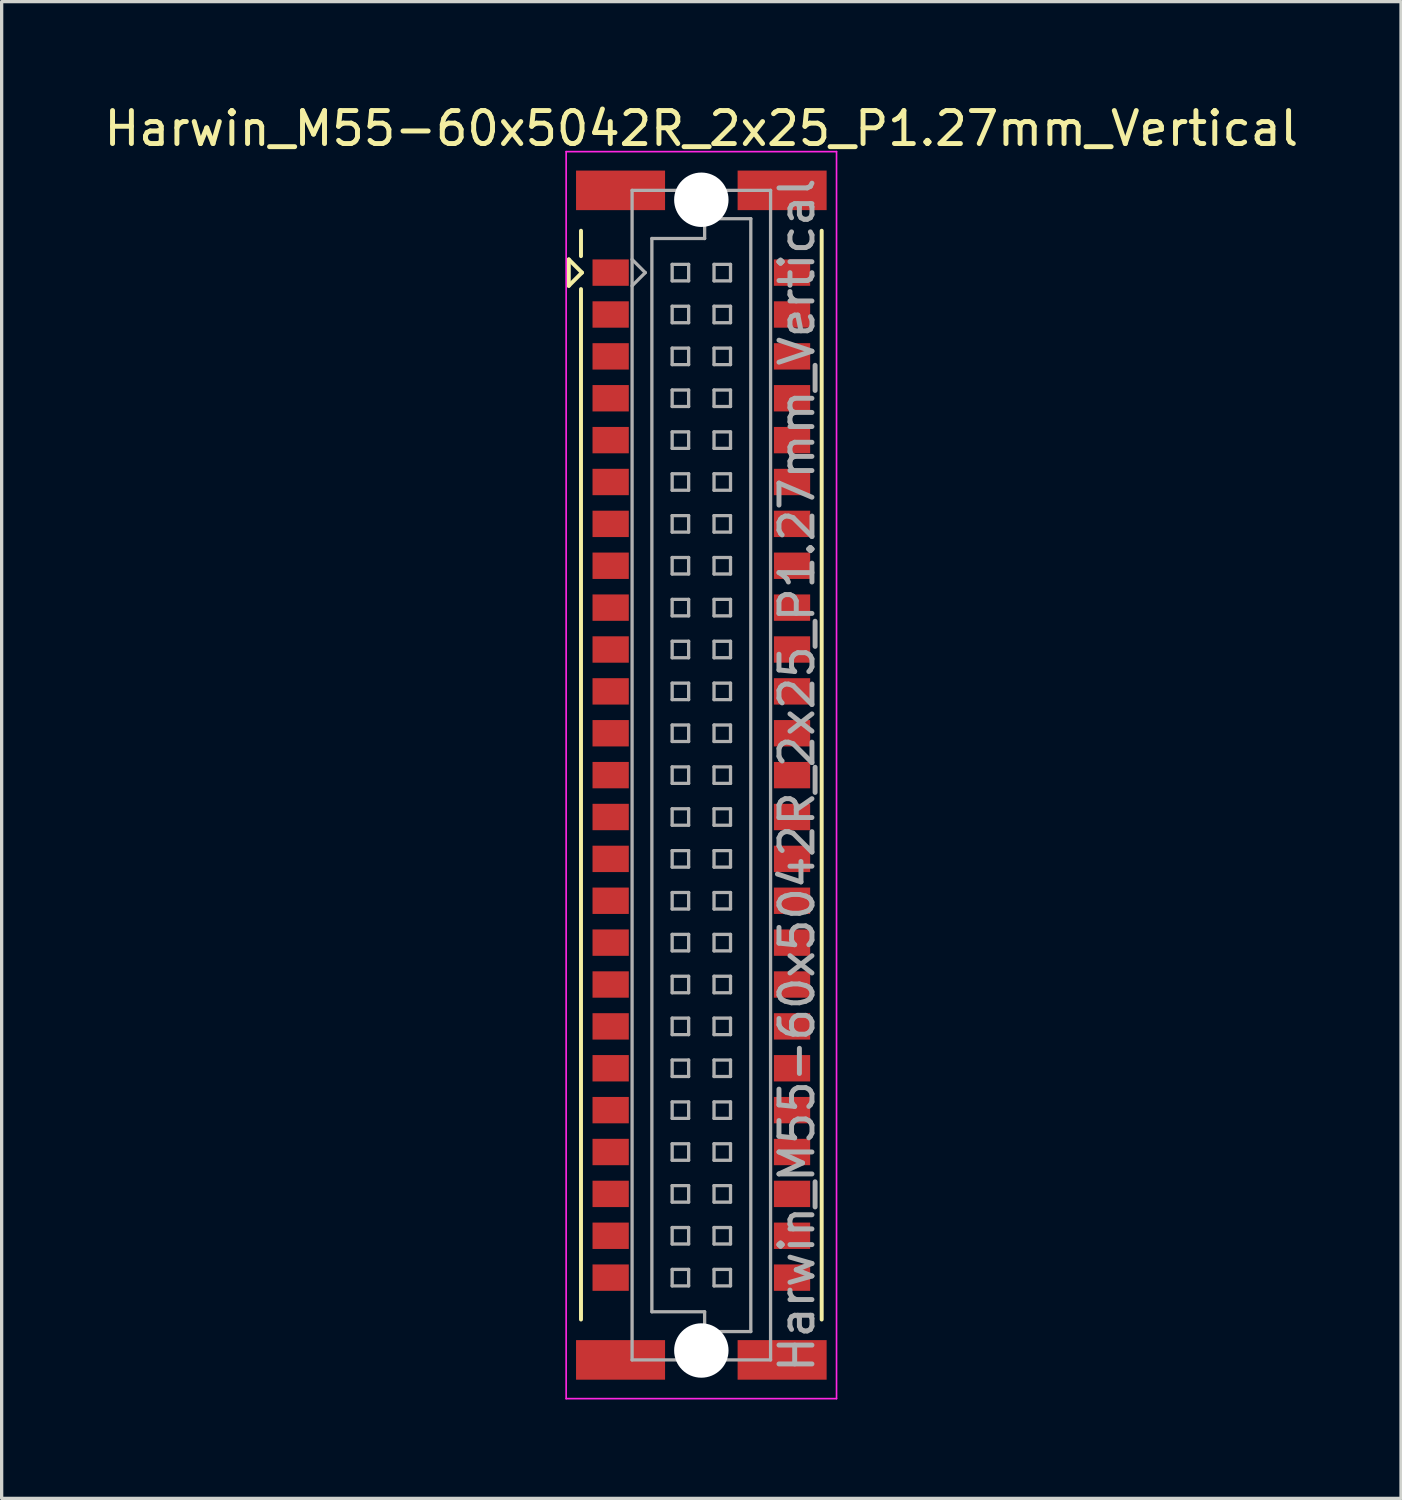
<source format=kicad_pcb>
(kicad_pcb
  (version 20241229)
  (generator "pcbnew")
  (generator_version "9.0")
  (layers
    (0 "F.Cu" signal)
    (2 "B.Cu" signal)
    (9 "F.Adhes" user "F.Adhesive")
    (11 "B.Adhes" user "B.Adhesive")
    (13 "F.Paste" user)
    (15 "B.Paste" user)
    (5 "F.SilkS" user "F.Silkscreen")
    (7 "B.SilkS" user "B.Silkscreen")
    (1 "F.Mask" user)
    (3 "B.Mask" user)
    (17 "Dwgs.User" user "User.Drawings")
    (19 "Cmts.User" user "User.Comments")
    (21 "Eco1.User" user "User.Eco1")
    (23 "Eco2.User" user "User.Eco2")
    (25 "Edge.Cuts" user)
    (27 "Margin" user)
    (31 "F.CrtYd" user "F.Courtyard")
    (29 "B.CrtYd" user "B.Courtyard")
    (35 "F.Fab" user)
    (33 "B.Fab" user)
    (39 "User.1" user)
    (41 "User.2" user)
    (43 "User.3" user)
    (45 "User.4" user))
  (footprint "Harwin_M55-60x5042R_2x25_P1.27mm_Vertical"
    (layer "F.Cu")
    (at 18.22 20.458)
    (property "Reference" "Harwin_M55-60x5042R_2x25_P1.27mm_Vertical" (at 0 -19.61 0) (layer "F.SilkS") (effects (font (size 1 1) (thickness 0.15))))
    (attr smd)
    (fp_line (start -4.02 -15.64) (end -4.02 -14.84) (stroke (width 0.12) (type solid)) (layer "F.SilkS"))
    (fp_line (start -4.02 -14.84) (end -3.62 -15.24) (stroke (width 0.12) (type solid)) (layer "F.SilkS"))
    (fp_line (start -3.65 -15.74) (end -3.65 -16.51) (stroke (width 0.12) (type solid)) (layer "F.SilkS"))
    (fp_line (start -3.65 -14.74) (end -3.65 16.51) (stroke (width 0.12) (type solid)) (layer "F.SilkS"))
    (fp_line (start -3.62 -15.24) (end -4.02 -15.64) (stroke (width 0.12) (type solid)) (layer "F.SilkS"))
    (fp_line (start 3.65 16.51) (end 3.65 -16.51) (stroke (width 0.12) (type solid)) (layer "F.SilkS"))
    (fp_line (start -4.1 -18.91) (end 4.1 -18.91) (stroke (width 0.05) (type solid)) (layer "F.CrtYd"))
    (fp_line (start -4.1 18.91) (end -4.1 -18.91) (stroke (width 0.05) (type solid)) (layer "F.CrtYd"))
    (fp_line (start 4.1 -18.91) (end 4.1 18.91) (stroke (width 0.05) (type solid)) (layer "F.CrtYd"))
    (fp_line (start 4.1 18.91) (end -4.1 18.91) (stroke (width 0.05) (type solid)) (layer "F.CrtYd"))
    (fp_line (start -2.1 -17.735) (end -2.1 17.735) (stroke (width 0.1) (type solid)) (layer "F.Fab"))
    (fp_line (start -2.1 -14.84) (end -1.7 -15.24) (stroke (width 0.1) (type solid)) (layer "F.Fab"))
    (fp_line (start -2.1 17.735) (end 2.1 17.735) (stroke (width 0.1) (type solid)) (layer "F.Fab"))
    (fp_line (start -1.7 -15.24) (end -2.1 -15.64) (stroke (width 0.1) (type solid)) (layer "F.Fab"))
    (fp_line (start -1.5 -16.275) (end 0.1 -16.275) (stroke (width 0.1) (type solid)) (layer "F.Fab"))
    (fp_line (start -1.5 16.275) (end -1.5 -16.275) (stroke (width 0.1) (type solid)) (layer "F.Fab"))
    (fp_line (start -0.885 -15.49) (end -0.885 -14.99) (stroke (width 0.1) (type solid)) (layer "F.Fab"))
    (fp_line (start -0.885 -14.99) (end -0.385 -14.99) (stroke (width 0.1) (type solid)) (layer "F.Fab"))
    (fp_line (start -0.885 -14.22) (end -0.885 -13.72) (stroke (width 0.1) (type solid)) (layer "F.Fab"))
    (fp_line (start -0.885 -13.72) (end -0.385 -13.72) (stroke (width 0.1) (type solid)) (layer "F.Fab"))
    (fp_line (start -0.885 -12.95) (end -0.885 -12.45) (stroke (width 0.1) (type solid)) (layer "F.Fab"))
    (fp_line (start -0.885 -12.45) (end -0.385 -12.45) (stroke (width 0.1) (type solid)) (layer "F.Fab"))
    (fp_line (start -0.885 -11.68) (end -0.885 -11.18) (stroke (width 0.1) (type solid)) (layer "F.Fab"))
    (fp_line (start -0.885 -11.18) (end -0.385 -11.18) (stroke (width 0.1) (type solid)) (layer "F.Fab"))
    (fp_line (start -0.885 -10.41) (end -0.885 -9.91) (stroke (width 0.1) (type solid)) (layer "F.Fab"))
    (fp_line (start -0.885 -9.91) (end -0.385 -9.91) (stroke (width 0.1) (type solid)) (layer "F.Fab"))
    (fp_line (start -0.885 -9.14) (end -0.885 -8.64) (stroke (width 0.1) (type solid)) (layer "F.Fab"))
    (fp_line (start -0.885 -8.64) (end -0.385 -8.64) (stroke (width 0.1) (type solid)) (layer "F.Fab"))
    (fp_line (start -0.885 -7.87) (end -0.885 -7.37) (stroke (width 0.1) (type solid)) (layer "F.Fab"))
    (fp_line (start -0.885 -7.37) (end -0.385 -7.37) (stroke (width 0.1) (type solid)) (layer "F.Fab"))
    (fp_line (start -0.885 -6.6) (end -0.885 -6.1) (stroke (width 0.1) (type solid)) (layer "F.Fab"))
    (fp_line (start -0.885 -6.1) (end -0.385 -6.1) (stroke (width 0.1) (type solid)) (layer "F.Fab"))
    (fp_line (start -0.885 -5.33) (end -0.885 -4.83) (stroke (width 0.1) (type solid)) (layer "F.Fab"))
    (fp_line (start -0.885 -4.83) (end -0.385 -4.83) (stroke (width 0.1) (type solid)) (layer "F.Fab"))
    (fp_line (start -0.885 -4.06) (end -0.885 -3.56) (stroke (width 0.1) (type solid)) (layer "F.Fab"))
    (fp_line (start -0.885 -3.56) (end -0.385 -3.56) (stroke (width 0.1) (type solid)) (layer "F.Fab"))
    (fp_line (start -0.885 -2.79) (end -0.885 -2.29) (stroke (width 0.1) (type solid)) (layer "F.Fab"))
    (fp_line (start -0.885 -2.29) (end -0.385 -2.29) (stroke (width 0.1) (type solid)) (layer "F.Fab"))
    (fp_line (start -0.885 -1.52) (end -0.885 -1.02) (stroke (width 0.1) (type solid)) (layer "F.Fab"))
    (fp_line (start -0.885 -1.02) (end -0.385 -1.02) (stroke (width 0.1) (type solid)) (layer "F.Fab"))
    (fp_line (start -0.885 -0.25) (end -0.885 0.25) (stroke (width 0.1) (type solid)) (layer "F.Fab"))
    (fp_line (start -0.885 0.25) (end -0.385 0.25) (stroke (width 0.1) (type solid)) (layer "F.Fab"))
    (fp_line (start -0.885 1.02) (end -0.885 1.52) (stroke (width 0.1) (type solid)) (layer "F.Fab"))
    (fp_line (start -0.885 1.52) (end -0.385 1.52) (stroke (width 0.1) (type solid)) (layer "F.Fab"))
    (fp_line (start -0.885 2.29) (end -0.885 2.79) (stroke (width 0.1) (type solid)) (layer "F.Fab"))
    (fp_line (start -0.885 2.79) (end -0.385 2.79) (stroke (width 0.1) (type solid)) (layer "F.Fab"))
    (fp_line (start -0.885 3.56) (end -0.885 4.06) (stroke (width 0.1) (type solid)) (layer "F.Fab"))
    (fp_line (start -0.885 4.06) (end -0.385 4.06) (stroke (width 0.1) (type solid)) (layer "F.Fab"))
    (fp_line (start -0.885 4.83) (end -0.885 5.33) (stroke (width 0.1) (type solid)) (layer "F.Fab"))
    (fp_line (start -0.885 5.33) (end -0.385 5.33) (stroke (width 0.1) (type solid)) (layer "F.Fab"))
    (fp_line (start -0.885 6.1) (end -0.885 6.6) (stroke (width 0.1) (type solid)) (layer "F.Fab"))
    (fp_line (start -0.885 6.6) (end -0.385 6.6) (stroke (width 0.1) (type solid)) (layer "F.Fab"))
    (fp_line (start -0.885 7.37) (end -0.885 7.87) (stroke (width 0.1) (type solid)) (layer "F.Fab"))
    (fp_line (start -0.885 7.87) (end -0.385 7.87) (stroke (width 0.1) (type solid)) (layer "F.Fab"))
    (fp_line (start -0.885 8.64) (end -0.885 9.14) (stroke (width 0.1) (type solid)) (layer "F.Fab"))
    (fp_line (start -0.885 9.14) (end -0.385 9.14) (stroke (width 0.1) (type solid)) (layer "F.Fab"))
    (fp_line (start -0.885 9.91) (end -0.885 10.41) (stroke (width 0.1) (type solid)) (layer "F.Fab"))
    (fp_line (start -0.885 10.41) (end -0.385 10.41) (stroke (width 0.1) (type solid)) (layer "F.Fab"))
    (fp_line (start -0.885 11.18) (end -0.885 11.68) (stroke (width 0.1) (type solid)) (layer "F.Fab"))
    (fp_line (start -0.885 11.68) (end -0.385 11.68) (stroke (width 0.1) (type solid)) (layer "F.Fab"))
    (fp_line (start -0.885 12.45) (end -0.885 12.95) (stroke (width 0.1) (type solid)) (layer "F.Fab"))
    (fp_line (start -0.885 12.95) (end -0.385 12.95) (stroke (width 0.1) (type solid)) (layer "F.Fab"))
    (fp_line (start -0.885 13.72) (end -0.885 14.22) (stroke (width 0.1) (type solid)) (layer "F.Fab"))
    (fp_line (start -0.885 14.22) (end -0.385 14.22) (stroke (width 0.1) (type solid)) (layer "F.Fab"))
    (fp_line (start -0.885 14.99) (end -0.885 15.49) (stroke (width 0.1) (type solid)) (layer "F.Fab"))
    (fp_line (start -0.885 15.49) (end -0.385 15.49) (stroke (width 0.1) (type solid)) (layer "F.Fab"))
    (fp_line (start -0.385 -15.49) (end -0.885 -15.49) (stroke (width 0.1) (type solid)) (layer "F.Fab"))
    (fp_line (start -0.385 -14.99) (end -0.385 -15.49) (stroke (width 0.1) (type solid)) (layer "F.Fab"))
    (fp_line (start -0.385 -14.22) (end -0.885 -14.22) (stroke (width 0.1) (type solid)) (layer "F.Fab"))
    (fp_line (start -0.385 -13.72) (end -0.385 -14.22) (stroke (width 0.1) (type solid)) (layer "F.Fab"))
    (fp_line (start -0.385 -12.95) (end -0.885 -12.95) (stroke (width 0.1) (type solid)) (layer "F.Fab"))
    (fp_line (start -0.385 -12.45) (end -0.385 -12.95) (stroke (width 0.1) (type solid)) (layer "F.Fab"))
    (fp_line (start -0.385 -11.68) (end -0.885 -11.68) (stroke (width 0.1) (type solid)) (layer "F.Fab"))
    (fp_line (start -0.385 -11.18) (end -0.385 -11.68) (stroke (width 0.1) (type solid)) (layer "F.Fab"))
    (fp_line (start -0.385 -10.41) (end -0.885 -10.41) (stroke (width 0.1) (type solid)) (layer "F.Fab"))
    (fp_line (start -0.385 -9.91) (end -0.385 -10.41) (stroke (width 0.1) (type solid)) (layer "F.Fab"))
    (fp_line (start -0.385 -9.14) (end -0.885 -9.14) (stroke (width 0.1) (type solid)) (layer "F.Fab"))
    (fp_line (start -0.385 -8.64) (end -0.385 -9.14) (stroke (width 0.1) (type solid)) (layer "F.Fab"))
    (fp_line (start -0.385 -7.87) (end -0.885 -7.87) (stroke (width 0.1) (type solid)) (layer "F.Fab"))
    (fp_line (start -0.385 -7.37) (end -0.385 -7.87) (stroke (width 0.1) (type solid)) (layer "F.Fab"))
    (fp_line (start -0.385 -6.6) (end -0.885 -6.6) (stroke (width 0.1) (type solid)) (layer "F.Fab"))
    (fp_line (start -0.385 -6.1) (end -0.385 -6.6) (stroke (width 0.1) (type solid)) (layer "F.Fab"))
    (fp_line (start -0.385 -5.33) (end -0.885 -5.33) (stroke (width 0.1) (type solid)) (layer "F.Fab"))
    (fp_line (start -0.385 -4.83) (end -0.385 -5.33) (stroke (width 0.1) (type solid)) (layer "F.Fab"))
    (fp_line (start -0.385 -4.06) (end -0.885 -4.06) (stroke (width 0.1) (type solid)) (layer "F.Fab"))
    (fp_line (start -0.385 -3.56) (end -0.385 -4.06) (stroke (width 0.1) (type solid)) (layer "F.Fab"))
    (fp_line (start -0.385 -2.79) (end -0.885 -2.79) (stroke (width 0.1) (type solid)) (layer "F.Fab"))
    (fp_line (start -0.385 -2.29) (end -0.385 -2.79) (stroke (width 0.1) (type solid)) (layer "F.Fab"))
    (fp_line (start -0.385 -1.52) (end -0.885 -1.52) (stroke (width 0.1) (type solid)) (layer "F.Fab"))
    (fp_line (start -0.385 -1.02) (end -0.385 -1.52) (stroke (width 0.1) (type solid)) (layer "F.Fab"))
    (fp_line (start -0.385 -0.25) (end -0.885 -0.25) (stroke (width 0.1) (type solid)) (layer "F.Fab"))
    (fp_line (start -0.385 0.25) (end -0.385 -0.25) (stroke (width 0.1) (type solid)) (layer "F.Fab"))
    (fp_line (start -0.385 1.02) (end -0.885 1.02) (stroke (width 0.1) (type solid)) (layer "F.Fab"))
    (fp_line (start -0.385 1.52) (end -0.385 1.02) (stroke (width 0.1) (type solid)) (layer "F.Fab"))
    (fp_line (start -0.385 2.29) (end -0.885 2.29) (stroke (width 0.1) (type solid)) (layer "F.Fab"))
    (fp_line (start -0.385 2.79) (end -0.385 2.29) (stroke (width 0.1) (type solid)) (layer "F.Fab"))
    (fp_line (start -0.385 3.56) (end -0.885 3.56) (stroke (width 0.1) (type solid)) (layer "F.Fab"))
    (fp_line (start -0.385 4.06) (end -0.385 3.56) (stroke (width 0.1) (type solid)) (layer "F.Fab"))
    (fp_line (start -0.385 4.83) (end -0.885 4.83) (stroke (width 0.1) (type solid)) (layer "F.Fab"))
    (fp_line (start -0.385 5.33) (end -0.385 4.83) (stroke (width 0.1) (type solid)) (layer "F.Fab"))
    (fp_line (start -0.385 6.1) (end -0.885 6.1) (stroke (width 0.1) (type solid)) (layer "F.Fab"))
    (fp_line (start -0.385 6.6) (end -0.385 6.1) (stroke (width 0.1) (type solid)) (layer "F.Fab"))
    (fp_line (start -0.385 7.37) (end -0.885 7.37) (stroke (width 0.1) (type solid)) (layer "F.Fab"))
    (fp_line (start -0.385 7.87) (end -0.385 7.37) (stroke (width 0.1) (type solid)) (layer "F.Fab"))
    (fp_line (start -0.385 8.64) (end -0.885 8.64) (stroke (width 0.1) (type solid)) (layer "F.Fab"))
    (fp_line (start -0.385 9.14) (end -0.385 8.64) (stroke (width 0.1) (type solid)) (layer "F.Fab"))
    (fp_line (start -0.385 9.91) (end -0.885 9.91) (stroke (width 0.1) (type solid)) (layer "F.Fab"))
    (fp_line (start -0.385 10.41) (end -0.385 9.91) (stroke (width 0.1) (type solid)) (layer "F.Fab"))
    (fp_line (start -0.385 11.18) (end -0.885 11.18) (stroke (width 0.1) (type solid)) (layer "F.Fab"))
    (fp_line (start -0.385 11.68) (end -0.385 11.18) (stroke (width 0.1) (type solid)) (layer "F.Fab"))
    (fp_line (start -0.385 12.45) (end -0.885 12.45) (stroke (width 0.1) (type solid)) (layer "F.Fab"))
    (fp_line (start -0.385 12.95) (end -0.385 12.45) (stroke (width 0.1) (type solid)) (layer "F.Fab"))
    (fp_line (start -0.385 13.72) (end -0.885 13.72) (stroke (width 0.1) (type solid)) (layer "F.Fab"))
    (fp_line (start -0.385 14.22) (end -0.385 13.72) (stroke (width 0.1) (type solid)) (layer "F.Fab"))
    (fp_line (start -0.385 14.99) (end -0.885 14.99) (stroke (width 0.1) (type solid)) (layer "F.Fab"))
    (fp_line (start -0.385 15.49) (end -0.385 14.99) (stroke (width 0.1) (type solid)) (layer "F.Fab"))
    (fp_line (start 0.1 -16.875) (end 1.5 -16.875) (stroke (width 0.1) (type solid)) (layer "F.Fab"))
    (fp_line (start 0.1 -16.275) (end 0.1 -16.875) (stroke (width 0.1) (type solid)) (layer "F.Fab"))
    (fp_line (start 0.1 16.275) (end -1.5 16.275) (stroke (width 0.1) (type solid)) (layer "F.Fab"))
    (fp_line (start 0.1 16.875) (end 0.1 16.275) (stroke (width 0.1) (type solid)) (layer "F.Fab"))
    (fp_line (start 0.385 -15.49) (end 0.385 -14.99) (stroke (width 0.1) (type solid)) (layer "F.Fab"))
    (fp_line (start 0.385 -14.99) (end 0.885 -14.99) (stroke (width 0.1) (type solid)) (layer "F.Fab"))
    (fp_line (start 0.385 -14.22) (end 0.385 -13.72) (stroke (width 0.1) (type solid)) (layer "F.Fab"))
    (fp_line (start 0.385 -13.72) (end 0.885 -13.72) (stroke (width 0.1) (type solid)) (layer "F.Fab"))
    (fp_line (start 0.385 -12.95) (end 0.385 -12.45) (stroke (width 0.1) (type solid)) (layer "F.Fab"))
    (fp_line (start 0.385 -12.45) (end 0.885 -12.45) (stroke (width 0.1) (type solid)) (layer "F.Fab"))
    (fp_line (start 0.385 -11.68) (end 0.385 -11.18) (stroke (width 0.1) (type solid)) (layer "F.Fab"))
    (fp_line (start 0.385 -11.18) (end 0.885 -11.18) (stroke (width 0.1) (type solid)) (layer "F.Fab"))
    (fp_line (start 0.385 -10.41) (end 0.385 -9.91) (stroke (width 0.1) (type solid)) (layer "F.Fab"))
    (fp_line (start 0.385 -9.91) (end 0.885 -9.91) (stroke (width 0.1) (type solid)) (layer "F.Fab"))
    (fp_line (start 0.385 -9.14) (end 0.385 -8.64) (stroke (width 0.1) (type solid)) (layer "F.Fab"))
    (fp_line (start 0.385 -8.64) (end 0.885 -8.64) (stroke (width 0.1) (type solid)) (layer "F.Fab"))
    (fp_line (start 0.385 -7.87) (end 0.385 -7.37) (stroke (width 0.1) (type solid)) (layer "F.Fab"))
    (fp_line (start 0.385 -7.37) (end 0.885 -7.37) (stroke (width 0.1) (type solid)) (layer "F.Fab"))
    (fp_line (start 0.385 -6.6) (end 0.385 -6.1) (stroke (width 0.1) (type solid)) (layer "F.Fab"))
    (fp_line (start 0.385 -6.1) (end 0.885 -6.1) (stroke (width 0.1) (type solid)) (layer "F.Fab"))
    (fp_line (start 0.385 -5.33) (end 0.385 -4.83) (stroke (width 0.1) (type solid)) (layer "F.Fab"))
    (fp_line (start 0.385 -4.83) (end 0.885 -4.83) (stroke (width 0.1) (type solid)) (layer "F.Fab"))
    (fp_line (start 0.385 -4.06) (end 0.385 -3.56) (stroke (width 0.1) (type solid)) (layer "F.Fab"))
    (fp_line (start 0.385 -3.56) (end 0.885 -3.56) (stroke (width 0.1) (type solid)) (layer "F.Fab"))
    (fp_line (start 0.385 -2.79) (end 0.385 -2.29) (stroke (width 0.1) (type solid)) (layer "F.Fab"))
    (fp_line (start 0.385 -2.29) (end 0.885 -2.29) (stroke (width 0.1) (type solid)) (layer "F.Fab"))
    (fp_line (start 0.385 -1.52) (end 0.385 -1.02) (stroke (width 0.1) (type solid)) (layer "F.Fab"))
    (fp_line (start 0.385 -1.02) (end 0.885 -1.02) (stroke (width 0.1) (type solid)) (layer "F.Fab"))
    (fp_line (start 0.385 -0.25) (end 0.385 0.25) (stroke (width 0.1) (type solid)) (layer "F.Fab"))
    (fp_line (start 0.385 0.25) (end 0.885 0.25) (stroke (width 0.1) (type solid)) (layer "F.Fab"))
    (fp_line (start 0.385 1.02) (end 0.385 1.52) (stroke (width 0.1) (type solid)) (layer "F.Fab"))
    (fp_line (start 0.385 1.52) (end 0.885 1.52) (stroke (width 0.1) (type solid)) (layer "F.Fab"))
    (fp_line (start 0.385 2.29) (end 0.385 2.79) (stroke (width 0.1) (type solid)) (layer "F.Fab"))
    (fp_line (start 0.385 2.79) (end 0.885 2.79) (stroke (width 0.1) (type solid)) (layer "F.Fab"))
    (fp_line (start 0.385 3.56) (end 0.385 4.06) (stroke (width 0.1) (type solid)) (layer "F.Fab"))
    (fp_line (start 0.385 4.06) (end 0.885 4.06) (stroke (width 0.1) (type solid)) (layer "F.Fab"))
    (fp_line (start 0.385 4.83) (end 0.385 5.33) (stroke (width 0.1) (type solid)) (layer "F.Fab"))
    (fp_line (start 0.385 5.33) (end 0.885 5.33) (stroke (width 0.1) (type solid)) (layer "F.Fab"))
    (fp_line (start 0.385 6.1) (end 0.385 6.6) (stroke (width 0.1) (type solid)) (layer "F.Fab"))
    (fp_line (start 0.385 6.6) (end 0.885 6.6) (stroke (width 0.1) (type solid)) (layer "F.Fab"))
    (fp_line (start 0.385 7.37) (end 0.385 7.87) (stroke (width 0.1) (type solid)) (layer "F.Fab"))
    (fp_line (start 0.385 7.87) (end 0.885 7.87) (stroke (width 0.1) (type solid)) (layer "F.Fab"))
    (fp_line (start 0.385 8.64) (end 0.385 9.14) (stroke (width 0.1) (type solid)) (layer "F.Fab"))
    (fp_line (start 0.385 9.14) (end 0.885 9.14) (stroke (width 0.1) (type solid)) (layer "F.Fab"))
    (fp_line (start 0.385 9.91) (end 0.385 10.41) (stroke (width 0.1) (type solid)) (layer "F.Fab"))
    (fp_line (start 0.385 10.41) (end 0.885 10.41) (stroke (width 0.1) (type solid)) (layer "F.Fab"))
    (fp_line (start 0.385 11.18) (end 0.385 11.68) (stroke (width 0.1) (type solid)) (layer "F.Fab"))
    (fp_line (start 0.385 11.68) (end 0.885 11.68) (stroke (width 0.1) (type solid)) (layer "F.Fab"))
    (fp_line (start 0.385 12.45) (end 0.385 12.95) (stroke (width 0.1) (type solid)) (layer "F.Fab"))
    (fp_line (start 0.385 12.95) (end 0.885 12.95) (stroke (width 0.1) (type solid)) (layer "F.Fab"))
    (fp_line (start 0.385 13.72) (end 0.385 14.22) (stroke (width 0.1) (type solid)) (layer "F.Fab"))
    (fp_line (start 0.385 14.22) (end 0.885 14.22) (stroke (width 0.1) (type solid)) (layer "F.Fab"))
    (fp_line (start 0.385 14.99) (end 0.385 15.49) (stroke (width 0.1) (type solid)) (layer "F.Fab"))
    (fp_line (start 0.385 15.49) (end 0.885 15.49) (stroke (width 0.1) (type solid)) (layer "F.Fab"))
    (fp_line (start 0.885 -15.49) (end 0.385 -15.49) (stroke (width 0.1) (type solid)) (layer "F.Fab"))
    (fp_line (start 0.885 -14.99) (end 0.885 -15.49) (stroke (width 0.1) (type solid)) (layer "F.Fab"))
    (fp_line (start 0.885 -14.22) (end 0.385 -14.22) (stroke (width 0.1) (type solid)) (layer "F.Fab"))
    (fp_line (start 0.885 -13.72) (end 0.885 -14.22) (stroke (width 0.1) (type solid)) (layer "F.Fab"))
    (fp_line (start 0.885 -12.95) (end 0.385 -12.95) (stroke (width 0.1) (type solid)) (layer "F.Fab"))
    (fp_line (start 0.885 -12.45) (end 0.885 -12.95) (stroke (width 0.1) (type solid)) (layer "F.Fab"))
    (fp_line (start 0.885 -11.68) (end 0.385 -11.68) (stroke (width 0.1) (type solid)) (layer "F.Fab"))
    (fp_line (start 0.885 -11.18) (end 0.885 -11.68) (stroke (width 0.1) (type solid)) (layer "F.Fab"))
    (fp_line (start 0.885 -10.41) (end 0.385 -10.41) (stroke (width 0.1) (type solid)) (layer "F.Fab"))
    (fp_line (start 0.885 -9.91) (end 0.885 -10.41) (stroke (width 0.1) (type solid)) (layer "F.Fab"))
    (fp_line (start 0.885 -9.14) (end 0.385 -9.14) (stroke (width 0.1) (type solid)) (layer "F.Fab"))
    (fp_line (start 0.885 -8.64) (end 0.885 -9.14) (stroke (width 0.1) (type solid)) (layer "F.Fab"))
    (fp_line (start 0.885 -7.87) (end 0.385 -7.87) (stroke (width 0.1) (type solid)) (layer "F.Fab"))
    (fp_line (start 0.885 -7.37) (end 0.885 -7.87) (stroke (width 0.1) (type solid)) (layer "F.Fab"))
    (fp_line (start 0.885 -6.6) (end 0.385 -6.6) (stroke (width 0.1) (type solid)) (layer "F.Fab"))
    (fp_line (start 0.885 -6.1) (end 0.885 -6.6) (stroke (width 0.1) (type solid)) (layer "F.Fab"))
    (fp_line (start 0.885 -5.33) (end 0.385 -5.33) (stroke (width 0.1) (type solid)) (layer "F.Fab"))
    (fp_line (start 0.885 -4.83) (end 0.885 -5.33) (stroke (width 0.1) (type solid)) (layer "F.Fab"))
    (fp_line (start 0.885 -4.06) (end 0.385 -4.06) (stroke (width 0.1) (type solid)) (layer "F.Fab"))
    (fp_line (start 0.885 -3.56) (end 0.885 -4.06) (stroke (width 0.1) (type solid)) (layer "F.Fab"))
    (fp_line (start 0.885 -2.79) (end 0.385 -2.79) (stroke (width 0.1) (type solid)) (layer "F.Fab"))
    (fp_line (start 0.885 -2.29) (end 0.885 -2.79) (stroke (width 0.1) (type solid)) (layer "F.Fab"))
    (fp_line (start 0.885 -1.52) (end 0.385 -1.52) (stroke (width 0.1) (type solid)) (layer "F.Fab"))
    (fp_line (start 0.885 -1.02) (end 0.885 -1.52) (stroke (width 0.1) (type solid)) (layer "F.Fab"))
    (fp_line (start 0.885 -0.25) (end 0.385 -0.25) (stroke (width 0.1) (type solid)) (layer "F.Fab"))
    (fp_line (start 0.885 0.25) (end 0.885 -0.25) (stroke (width 0.1) (type solid)) (layer "F.Fab"))
    (fp_line (start 0.885 1.02) (end 0.385 1.02) (stroke (width 0.1) (type solid)) (layer "F.Fab"))
    (fp_line (start 0.885 1.52) (end 0.885 1.02) (stroke (width 0.1) (type solid)) (layer "F.Fab"))
    (fp_line (start 0.885 2.29) (end 0.385 2.29) (stroke (width 0.1) (type solid)) (layer "F.Fab"))
    (fp_line (start 0.885 2.79) (end 0.885 2.29) (stroke (width 0.1) (type solid)) (layer "F.Fab"))
    (fp_line (start 0.885 3.56) (end 0.385 3.56) (stroke (width 0.1) (type solid)) (layer "F.Fab"))
    (fp_line (start 0.885 4.06) (end 0.885 3.56) (stroke (width 0.1) (type solid)) (layer "F.Fab"))
    (fp_line (start 0.885 4.83) (end 0.385 4.83) (stroke (width 0.1) (type solid)) (layer "F.Fab"))
    (fp_line (start 0.885 5.33) (end 0.885 4.83) (stroke (width 0.1) (type solid)) (layer "F.Fab"))
    (fp_line (start 0.885 6.1) (end 0.385 6.1) (stroke (width 0.1) (type solid)) (layer "F.Fab"))
    (fp_line (start 0.885 6.6) (end 0.885 6.1) (stroke (width 0.1) (type solid)) (layer "F.Fab"))
    (fp_line (start 0.885 7.37) (end 0.385 7.37) (stroke (width 0.1) (type solid)) (layer "F.Fab"))
    (fp_line (start 0.885 7.87) (end 0.885 7.37) (stroke (width 0.1) (type solid)) (layer "F.Fab"))
    (fp_line (start 0.885 8.64) (end 0.385 8.64) (stroke (width 0.1) (type solid)) (layer "F.Fab"))
    (fp_line (start 0.885 9.14) (end 0.885 8.64) (stroke (width 0.1) (type solid)) (layer "F.Fab"))
    (fp_line (start 0.885 9.91) (end 0.385 9.91) (stroke (width 0.1) (type solid)) (layer "F.Fab"))
    (fp_line (start 0.885 10.41) (end 0.885 9.91) (stroke (width 0.1) (type solid)) (layer "F.Fab"))
    (fp_line (start 0.885 11.18) (end 0.385 11.18) (stroke (width 0.1) (type solid)) (layer "F.Fab"))
    (fp_line (start 0.885 11.68) (end 0.885 11.18) (stroke (width 0.1) (type solid)) (layer "F.Fab"))
    (fp_line (start 0.885 12.45) (end 0.385 12.45) (stroke (width 0.1) (type solid)) (layer "F.Fab"))
    (fp_line (start 0.885 12.95) (end 0.885 12.45) (stroke (width 0.1) (type solid)) (layer "F.Fab"))
    (fp_line (start 0.885 13.72) (end 0.385 13.72) (stroke (width 0.1) (type solid)) (layer "F.Fab"))
    (fp_line (start 0.885 14.22) (end 0.885 13.72) (stroke (width 0.1) (type solid)) (layer "F.Fab"))
    (fp_line (start 0.885 14.99) (end 0.385 14.99) (stroke (width 0.1) (type solid)) (layer "F.Fab"))
    (fp_line (start 0.885 15.49) (end 0.885 14.99) (stroke (width 0.1) (type solid)) (layer "F.Fab"))
    (fp_line (start 1.5 -16.875) (end 1.5 16.875) (stroke (width 0.1) (type solid)) (layer "F.Fab"))
    (fp_line (start 1.5 16.875) (end 0.1 16.875) (stroke (width 0.1) (type solid)) (layer "F.Fab"))
    (fp_line (start 2.1 -17.735) (end -2.1 -17.735) (stroke (width 0.1) (type solid)) (layer "F.Fab"))
    (fp_line (start 2.1 17.735) (end 2.1 -17.735) (stroke (width 0.1) (type solid)) (layer "F.Fab"))
    (fp_text user "${REFERENCE}" (at 2.9 0 90) (layer "F.Fab") (effects (font (size 1 1) (thickness 0.15))))
    (pad "" smd rect (at -2.45 -17.735) (size 2.7 1.2) (layers "F.Cu" "F.Mask" "F.Paste"))
    (pad "" smd rect (at -2.45 17.735) (size 2.7 1.2) (layers "F.Cu" "F.Mask" "F.Paste"))
    (pad "" np_thru_hole circle (at 0 -17.45) (size 1.65 1.65) (drill 1.65) (layers "*.Cu" "*.Mask"))
    (pad "" np_thru_hole circle (at 0 17.45) (size 1.65 1.65) (drill 1.65) (layers "*.Cu" "*.Mask"))
    (pad "" smd rect (at 2.45 -17.735) (size 2.7 1.2) (layers "F.Cu" "F.Mask" "F.Paste"))
    (pad "" smd rect (at 2.45 17.735) (size 2.7 1.2) (layers "F.Cu" "F.Mask" "F.Paste"))
    (pad "1" smd rect (at -2.75 -15.24) (size 1.1 0.8) (layers "F.Cu" "F.Mask" "F.Paste"))
    (pad "2" smd rect (at 2.75 -15.24) (size 1.1 0.8) (layers "F.Cu" "F.Mask" "F.Paste"))
    (pad "3" smd rect (at -2.75 -13.97) (size 1.1 0.8) (layers "F.Cu" "F.Mask" "F.Paste"))
    (pad "4" smd rect (at 2.75 -13.97) (size 1.1 0.8) (layers "F.Cu" "F.Mask" "F.Paste"))
    (pad "5" smd rect (at -2.75 -12.7) (size 1.1 0.8) (layers "F.Cu" "F.Mask" "F.Paste"))
    (pad "6" smd rect (at 2.75 -12.7) (size 1.1 0.8) (layers "F.Cu" "F.Mask" "F.Paste"))
    (pad "7" smd rect (at -2.75 -11.43) (size 1.1 0.8) (layers "F.Cu" "F.Mask" "F.Paste"))
    (pad "8" smd rect (at 2.75 -11.43) (size 1.1 0.8) (layers "F.Cu" "F.Mask" "F.Paste"))
    (pad "9" smd rect (at -2.75 -10.16) (size 1.1 0.8) (layers "F.Cu" "F.Mask" "F.Paste"))
    (pad "10" smd rect (at 2.75 -10.16) (size 1.1 0.8) (layers "F.Cu" "F.Mask" "F.Paste"))
    (pad "11" smd rect (at -2.75 -8.89) (size 1.1 0.8) (layers "F.Cu" "F.Mask" "F.Paste"))
    (pad "12" smd rect (at 2.75 -8.89) (size 1.1 0.8) (layers "F.Cu" "F.Mask" "F.Paste"))
    (pad "13" smd rect (at -2.75 -7.62) (size 1.1 0.8) (layers "F.Cu" "F.Mask" "F.Paste"))
    (pad "14" smd rect (at 2.75 -7.62) (size 1.1 0.8) (layers "F.Cu" "F.Mask" "F.Paste"))
    (pad "15" smd rect (at -2.75 -6.35) (size 1.1 0.8) (layers "F.Cu" "F.Mask" "F.Paste"))
    (pad "16" smd rect (at 2.75 -6.35) (size 1.1 0.8) (layers "F.Cu" "F.Mask" "F.Paste"))
    (pad "17" smd rect (at -2.75 -5.08) (size 1.1 0.8) (layers "F.Cu" "F.Mask" "F.Paste"))
    (pad "18" smd rect (at 2.75 -5.08) (size 1.1 0.8) (layers "F.Cu" "F.Mask" "F.Paste"))
    (pad "19" smd rect (at -2.75 -3.81) (size 1.1 0.8) (layers "F.Cu" "F.Mask" "F.Paste"))
    (pad "20" smd rect (at 2.75 -3.81) (size 1.1 0.8) (layers "F.Cu" "F.Mask" "F.Paste"))
    (pad "21" smd rect (at -2.75 -2.54) (size 1.1 0.8) (layers "F.Cu" "F.Mask" "F.Paste"))
    (pad "22" smd rect (at 2.75 -2.54) (size 1.1 0.8) (layers "F.Cu" "F.Mask" "F.Paste"))
    (pad "23" smd rect (at -2.75 -1.27) (size 1.1 0.8) (layers "F.Cu" "F.Mask" "F.Paste"))
    (pad "24" smd rect (at 2.75 -1.27) (size 1.1 0.8) (layers "F.Cu" "F.Mask" "F.Paste"))
    (pad "25" smd rect (at -2.75 0) (size 1.1 0.8) (layers "F.Cu" "F.Mask" "F.Paste"))
    (pad "26" smd rect (at 2.75 0) (size 1.1 0.8) (layers "F.Cu" "F.Mask" "F.Paste"))
    (pad "27" smd rect (at -2.75 1.27) (size 1.1 0.8) (layers "F.Cu" "F.Mask" "F.Paste"))
    (pad "28" smd rect (at 2.75 1.27) (size 1.1 0.8) (layers "F.Cu" "F.Mask" "F.Paste"))
    (pad "29" smd rect (at -2.75 2.54) (size 1.1 0.8) (layers "F.Cu" "F.Mask" "F.Paste"))
    (pad "30" smd rect (at 2.75 2.54) (size 1.1 0.8) (layers "F.Cu" "F.Mask" "F.Paste"))
    (pad "31" smd rect (at -2.75 3.81) (size 1.1 0.8) (layers "F.Cu" "F.Mask" "F.Paste"))
    (pad "32" smd rect (at 2.75 3.81) (size 1.1 0.8) (layers "F.Cu" "F.Mask" "F.Paste"))
    (pad "33" smd rect (at -2.75 5.08) (size 1.1 0.8) (layers "F.Cu" "F.Mask" "F.Paste"))
    (pad "34" smd rect (at 2.75 5.08) (size 1.1 0.8) (layers "F.Cu" "F.Mask" "F.Paste"))
    (pad "35" smd rect (at -2.75 6.35) (size 1.1 0.8) (layers "F.Cu" "F.Mask" "F.Paste"))
    (pad "36" smd rect (at 2.75 6.35) (size 1.1 0.8) (layers "F.Cu" "F.Mask" "F.Paste"))
    (pad "37" smd rect (at -2.75 7.62) (size 1.1 0.8) (layers "F.Cu" "F.Mask" "F.Paste"))
    (pad "38" smd rect (at 2.75 7.62) (size 1.1 0.8) (layers "F.Cu" "F.Mask" "F.Paste"))
    (pad "39" smd rect (at -2.75 8.89) (size 1.1 0.8) (layers "F.Cu" "F.Mask" "F.Paste"))
    (pad "40" smd rect (at 2.75 8.89) (size 1.1 0.8) (layers "F.Cu" "F.Mask" "F.Paste"))
    (pad "41" smd rect (at -2.75 10.16) (size 1.1 0.8) (layers "F.Cu" "F.Mask" "F.Paste"))
    (pad "42" smd rect (at 2.75 10.16) (size 1.1 0.8) (layers "F.Cu" "F.Mask" "F.Paste"))
    (pad "43" smd rect (at -2.75 11.43) (size 1.1 0.8) (layers "F.Cu" "F.Mask" "F.Paste"))
    (pad "44" smd rect (at 2.75 11.43) (size 1.1 0.8) (layers "F.Cu" "F.Mask" "F.Paste"))
    (pad "45" smd rect (at -2.75 12.7) (size 1.1 0.8) (layers "F.Cu" "F.Mask" "F.Paste"))
    (pad "46" smd rect (at 2.75 12.7) (size 1.1 0.8) (layers "F.Cu" "F.Mask" "F.Paste"))
    (pad "47" smd rect (at -2.75 13.97) (size 1.1 0.8) (layers "F.Cu" "F.Mask" "F.Paste"))
    (pad "48" smd rect (at 2.75 13.97) (size 1.1 0.8) (layers "F.Cu" "F.Mask" "F.Paste"))
    (pad "49" smd rect (at -2.75 15.24) (size 1.1 0.8) (layers "F.Cu" "F.Mask" "F.Paste"))
    (pad "50" smd rect (at 2.75 15.24) (size 1.1 0.8) (layers "F.Cu" "F.Mask" "F.Paste")))
  (gr_rect
    (start -3 -3)
    (end 39.44 42.393)
    (stroke (width 0.1) (type default))
    (fill no)
    (layer "Edge.Cuts")))
</source>
